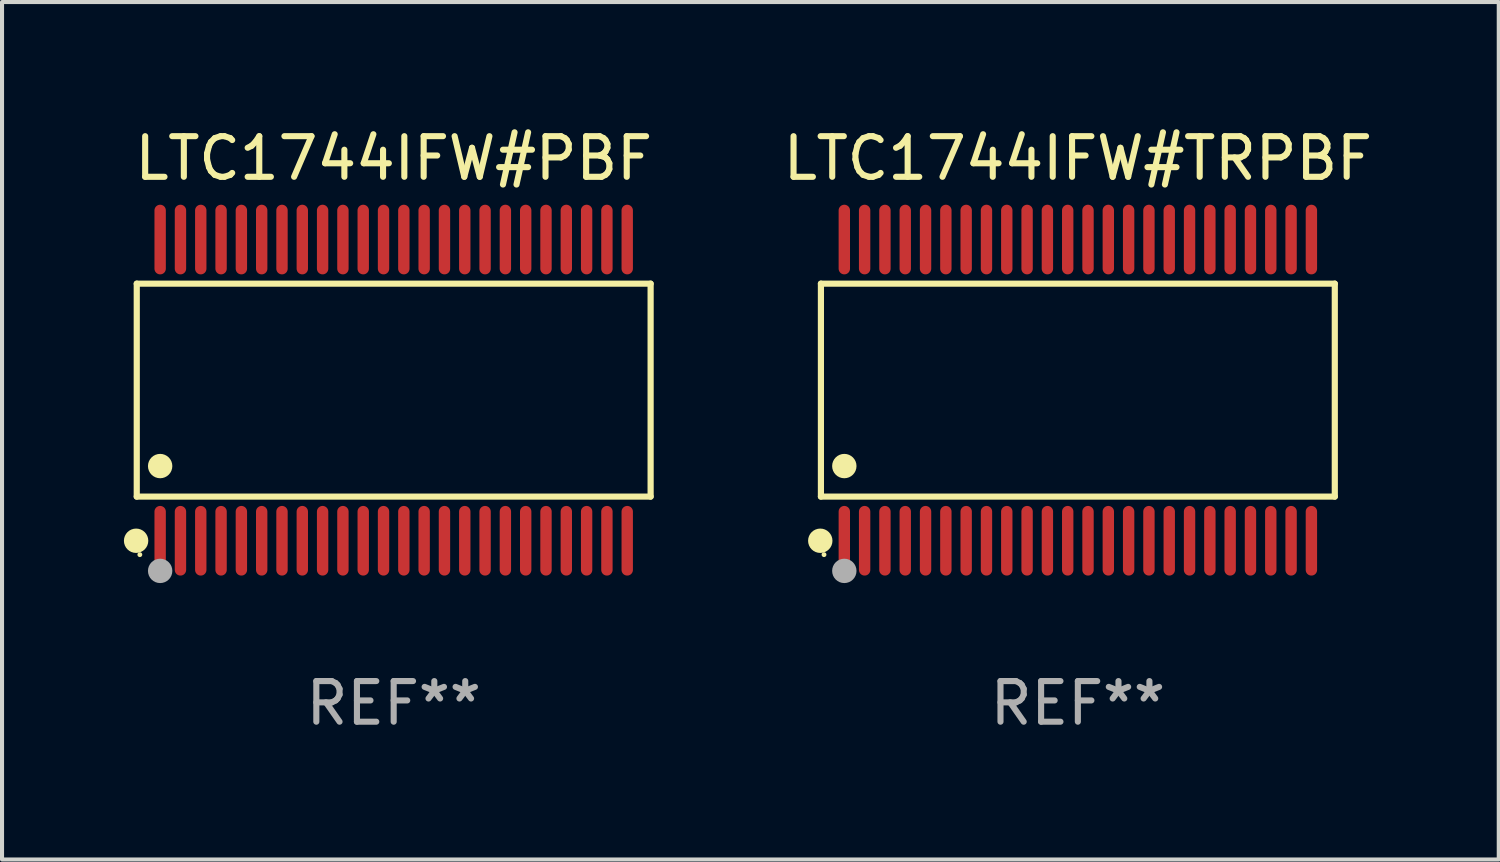
<source format=kicad_pcb>
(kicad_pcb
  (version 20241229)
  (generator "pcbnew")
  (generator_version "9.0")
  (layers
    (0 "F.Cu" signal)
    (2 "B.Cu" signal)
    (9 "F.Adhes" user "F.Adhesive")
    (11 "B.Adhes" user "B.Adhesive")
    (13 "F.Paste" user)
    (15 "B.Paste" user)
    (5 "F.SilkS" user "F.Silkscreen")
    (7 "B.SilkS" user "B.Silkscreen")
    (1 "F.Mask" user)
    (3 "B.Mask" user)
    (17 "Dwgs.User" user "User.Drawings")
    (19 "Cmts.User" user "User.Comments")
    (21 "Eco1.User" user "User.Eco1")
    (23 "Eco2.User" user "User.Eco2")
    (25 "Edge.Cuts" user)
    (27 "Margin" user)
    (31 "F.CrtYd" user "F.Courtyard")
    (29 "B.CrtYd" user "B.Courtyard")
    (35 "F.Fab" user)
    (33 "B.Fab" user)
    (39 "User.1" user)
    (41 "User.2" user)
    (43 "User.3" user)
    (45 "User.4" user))
  (footprint "LTC1744IFW#TRPBF"
    (layer "F.Cu")
    (at 23.488 6.556)
    (property "Reference" "LTC1744IFW#TRPBF" (at 0 -5.708 0) (layer "F.SilkS") (effects (font (size 1 1) (thickness 0.15))))
    (attr through_hole)
    (fp_line (start -6.326 -2.622) (end 6.326 -2.622) (stroke (width 0.152) (type solid)) (layer "F.SilkS"))
    (fp_line (start -6.326 2.621) (end -6.326 -2.622) (stroke (width 0.152) (type solid)) (layer "F.SilkS"))
    (fp_line (start 6.326 -2.622) (end 6.326 2.621) (stroke (width 0.152) (type solid)) (layer "F.SilkS"))
    (fp_line (start 6.326 2.621) (end -6.326 2.621) (stroke (width 0.152) (type solid)) (layer "F.SilkS"))
    (fp_circle (center -6.342 3.708) (end -6.192 3.708) (stroke (width 0.3) (type solid)) (fill no) (layer "F.SilkS"))
    (fp_circle (center -6.25 4.05) (end -6.22 4.05) (stroke (width 0.06) (type solid)) (fill no) (layer "F.SilkS"))
    (fp_circle (center -5.75 1.869) (end -5.6 1.869) (stroke (width 0.3) (type solid)) (fill no) (layer "F.SilkS"))
    (fp_circle (center -5.75 4.45) (end -5.6 4.45) (stroke (width 0.3) (type solid)) (fill no) (layer "F.Fab"))
    (fp_text user "REF**" (at 0 7.708 0) (layer "F.Fab") (effects (font (size 1 1) (thickness 0.15))))
    (pad "1" smd oval (at -5.75 3.708) (size 0.28 1.715) (layers "F.Cu" "F.Mask" "F.Paste"))
    (pad "2" smd oval (at -5.25 3.708) (size 0.28 1.715) (layers "F.Cu" "F.Mask" "F.Paste"))
    (pad "3" smd oval (at -4.75 3.708) (size 0.28 1.715) (layers "F.Cu" "F.Mask" "F.Paste"))
    (pad "4" smd oval (at -4.25 3.708) (size 0.28 1.715) (layers "F.Cu" "F.Mask" "F.Paste"))
    (pad "5" smd oval (at -3.75 3.708) (size 0.28 1.715) (layers "F.Cu" "F.Mask" "F.Paste"))
    (pad "6" smd oval (at -3.25 3.708) (size 0.28 1.715) (layers "F.Cu" "F.Mask" "F.Paste"))
    (pad "7" smd oval (at -2.75 3.708) (size 0.28 1.715) (layers "F.Cu" "F.Mask" "F.Paste"))
    (pad "8" smd oval (at -2.25 3.708) (size 0.28 1.715) (layers "F.Cu" "F.Mask" "F.Paste"))
    (pad "9" smd oval (at -1.75 3.708) (size 0.28 1.715) (layers "F.Cu" "F.Mask" "F.Paste"))
    (pad "10" smd oval (at -1.25 3.708) (size 0.28 1.715) (layers "F.Cu" "F.Mask" "F.Paste"))
    (pad "11" smd oval (at -0.75 3.708) (size 0.28 1.715) (layers "F.Cu" "F.Mask" "F.Paste"))
    (pad "12" smd oval (at -0.25 3.708) (size 0.28 1.715) (layers "F.Cu" "F.Mask" "F.Paste"))
    (pad "13" smd oval (at 0.25 3.708) (size 0.28 1.715) (layers "F.Cu" "F.Mask" "F.Paste"))
    (pad "14" smd oval (at 0.75 3.708) (size 0.28 1.715) (layers "F.Cu" "F.Mask" "F.Paste"))
    (pad "15" smd oval (at 1.25 3.708) (size 0.28 1.715) (layers "F.Cu" "F.Mask" "F.Paste"))
    (pad "16" smd oval (at 1.75 3.708) (size 0.28 1.715) (layers "F.Cu" "F.Mask" "F.Paste"))
    (pad "17" smd oval (at 2.25 3.708) (size 0.28 1.715) (layers "F.Cu" "F.Mask" "F.Paste"))
    (pad "18" smd oval (at 2.75 3.708) (size 0.28 1.715) (layers "F.Cu" "F.Mask" "F.Paste"))
    (pad "19" smd oval (at 3.25 3.708) (size 0.28 1.715) (layers "F.Cu" "F.Mask" "F.Paste"))
    (pad "20" smd oval (at 3.75 3.708) (size 0.28 1.715) (layers "F.Cu" "F.Mask" "F.Paste"))
    (pad "21" smd oval (at 4.25 3.708) (size 0.28 1.715) (layers "F.Cu" "F.Mask" "F.Paste"))
    (pad "22" smd oval (at 4.75 3.708) (size 0.28 1.715) (layers "F.Cu" "F.Mask" "F.Paste"))
    (pad "23" smd oval (at 5.25 3.708) (size 0.28 1.715) (layers "F.Cu" "F.Mask" "F.Paste"))
    (pad "24" smd oval (at 5.75 3.708) (size 0.28 1.715) (layers "F.Cu" "F.Mask" "F.Paste"))
    (pad "25" smd oval (at 5.75 -3.708) (size 0.28 1.715) (layers "F.Cu" "F.Mask" "F.Paste"))
    (pad "26" smd oval (at 5.25 -3.708) (size 0.28 1.715) (layers "F.Cu" "F.Mask" "F.Paste"))
    (pad "27" smd oval (at 4.75 -3.708) (size 0.28 1.715) (layers "F.Cu" "F.Mask" "F.Paste"))
    (pad "28" smd oval (at 4.25 -3.708) (size 0.28 1.715) (layers "F.Cu" "F.Mask" "F.Paste"))
    (pad "29" smd oval (at 3.75 -3.708) (size 0.28 1.715) (layers "F.Cu" "F.Mask" "F.Paste"))
    (pad "30" smd oval (at 3.25 -3.708) (size 0.28 1.715) (layers "F.Cu" "F.Mask" "F.Paste"))
    (pad "31" smd oval (at 2.75 -3.708) (size 0.28 1.715) (layers "F.Cu" "F.Mask" "F.Paste"))
    (pad "32" smd oval (at 2.25 -3.708) (size 0.28 1.715) (layers "F.Cu" "F.Mask" "F.Paste"))
    (pad "33" smd oval (at 1.75 -3.708) (size 0.28 1.715) (layers "F.Cu" "F.Mask" "F.Paste"))
    (pad "34" smd oval (at 1.25 -3.708) (size 0.28 1.715) (layers "F.Cu" "F.Mask" "F.Paste"))
    (pad "35" smd oval (at 0.75 -3.708) (size 0.28 1.715) (layers "F.Cu" "F.Mask" "F.Paste"))
    (pad "36" smd oval (at 0.25 -3.708) (size 0.28 1.715) (layers "F.Cu" "F.Mask" "F.Paste"))
    (pad "37" smd oval (at -0.25 -3.708) (size 0.28 1.715) (layers "F.Cu" "F.Mask" "F.Paste"))
    (pad "38" smd oval (at -0.75 -3.708) (size 0.28 1.715) (layers "F.Cu" "F.Mask" "F.Paste"))
    (pad "39" smd oval (at -1.25 -3.708) (size 0.28 1.715) (layers "F.Cu" "F.Mask" "F.Paste"))
    (pad "40" smd oval (at -1.75 -3.708) (size 0.28 1.715) (layers "F.Cu" "F.Mask" "F.Paste"))
    (pad "41" smd oval (at -2.25 -3.708) (size 0.28 1.715) (layers "F.Cu" "F.Mask" "F.Paste"))
    (pad "42" smd oval (at -2.75 -3.708) (size 0.28 1.715) (layers "F.Cu" "F.Mask" "F.Paste"))
    (pad "43" smd oval (at -3.25 -3.708) (size 0.28 1.715) (layers "F.Cu" "F.Mask" "F.Paste"))
    (pad "44" smd oval (at -3.75 -3.708) (size 0.28 1.715) (layers "F.Cu" "F.Mask" "F.Paste"))
    (pad "45" smd oval (at -4.25 -3.708) (size 0.28 1.715) (layers "F.Cu" "F.Mask" "F.Paste"))
    (pad "46" smd oval (at -4.75 -3.708) (size 0.28 1.715) (layers "F.Cu" "F.Mask" "F.Paste"))
    (pad "47" smd oval (at -5.25 -3.708) (size 0.28 1.715) (layers "F.Cu" "F.Mask" "F.Paste"))
    (pad "48" smd oval (at -5.75 -3.708) (size 0.28 1.715) (layers "F.Cu" "F.Mask" "F.Paste")))
  (footprint "LTC1744IFW#PBF"
    (layer "F.Cu")
    (at 6.643 6.556)
    (property "Reference" "LTC1744IFW#PBF" (at 0 -5.708 0) (layer "F.SilkS") (effects (font (size 1 1) (thickness 0.15))))
    (attr through_hole)
    (fp_line (start -6.326 -2.622) (end 6.326 -2.622) (stroke (width 0.152) (type solid)) (layer "F.SilkS"))
    (fp_line (start -6.326 2.621) (end -6.326 -2.622) (stroke (width 0.152) (type solid)) (layer "F.SilkS"))
    (fp_line (start 6.326 -2.622) (end 6.326 2.621) (stroke (width 0.152) (type solid)) (layer "F.SilkS"))
    (fp_line (start 6.326 2.621) (end -6.326 2.621) (stroke (width 0.152) (type solid)) (layer "F.SilkS"))
    (fp_circle (center -6.342 3.708) (end -6.192 3.708) (stroke (width 0.3) (type solid)) (fill no) (layer "F.SilkS"))
    (fp_circle (center -6.25 4.05) (end -6.22 4.05) (stroke (width 0.06) (type solid)) (fill no) (layer "F.SilkS"))
    (fp_circle (center -5.75 1.869) (end -5.6 1.869) (stroke (width 0.3) (type solid)) (fill no) (layer "F.SilkS"))
    (fp_circle (center -5.75 4.45) (end -5.6 4.45) (stroke (width 0.3) (type solid)) (fill no) (layer "F.Fab"))
    (fp_text user "REF**" (at 0 7.708 0) (layer "F.Fab") (effects (font (size 1 1) (thickness 0.15))))
    (pad "1" smd oval (at -5.75 3.708) (size 0.28 1.715) (layers "F.Cu" "F.Mask" "F.Paste"))
    (pad "2" smd oval (at -5.25 3.708) (size 0.28 1.715) (layers "F.Cu" "F.Mask" "F.Paste"))
    (pad "3" smd oval (at -4.75 3.708) (size 0.28 1.715) (layers "F.Cu" "F.Mask" "F.Paste"))
    (pad "4" smd oval (at -4.25 3.708) (size 0.28 1.715) (layers "F.Cu" "F.Mask" "F.Paste"))
    (pad "5" smd oval (at -3.75 3.708) (size 0.28 1.715) (layers "F.Cu" "F.Mask" "F.Paste"))
    (pad "6" smd oval (at -3.25 3.708) (size 0.28 1.715) (layers "F.Cu" "F.Mask" "F.Paste"))
    (pad "7" smd oval (at -2.75 3.708) (size 0.28 1.715) (layers "F.Cu" "F.Mask" "F.Paste"))
    (pad "8" smd oval (at -2.25 3.708) (size 0.28 1.715) (layers "F.Cu" "F.Mask" "F.Paste"))
    (pad "9" smd oval (at -1.75 3.708) (size 0.28 1.715) (layers "F.Cu" "F.Mask" "F.Paste"))
    (pad "10" smd oval (at -1.25 3.708) (size 0.28 1.715) (layers "F.Cu" "F.Mask" "F.Paste"))
    (pad "11" smd oval (at -0.75 3.708) (size 0.28 1.715) (layers "F.Cu" "F.Mask" "F.Paste"))
    (pad "12" smd oval (at -0.25 3.708) (size 0.28 1.715) (layers "F.Cu" "F.Mask" "F.Paste"))
    (pad "13" smd oval (at 0.25 3.708) (size 0.28 1.715) (layers "F.Cu" "F.Mask" "F.Paste"))
    (pad "14" smd oval (at 0.75 3.708) (size 0.28 1.715) (layers "F.Cu" "F.Mask" "F.Paste"))
    (pad "15" smd oval (at 1.25 3.708) (size 0.28 1.715) (layers "F.Cu" "F.Mask" "F.Paste"))
    (pad "16" smd oval (at 1.75 3.708) (size 0.28 1.715) (layers "F.Cu" "F.Mask" "F.Paste"))
    (pad "17" smd oval (at 2.25 3.708) (size 0.28 1.715) (layers "F.Cu" "F.Mask" "F.Paste"))
    (pad "18" smd oval (at 2.75 3.708) (size 0.28 1.715) (layers "F.Cu" "F.Mask" "F.Paste"))
    (pad "19" smd oval (at 3.25 3.708) (size 0.28 1.715) (layers "F.Cu" "F.Mask" "F.Paste"))
    (pad "20" smd oval (at 3.75 3.708) (size 0.28 1.715) (layers "F.Cu" "F.Mask" "F.Paste"))
    (pad "21" smd oval (at 4.25 3.708) (size 0.28 1.715) (layers "F.Cu" "F.Mask" "F.Paste"))
    (pad "22" smd oval (at 4.75 3.708) (size 0.28 1.715) (layers "F.Cu" "F.Mask" "F.Paste"))
    (pad "23" smd oval (at 5.25 3.708) (size 0.28 1.715) (layers "F.Cu" "F.Mask" "F.Paste"))
    (pad "24" smd oval (at 5.75 3.708) (size 0.28 1.715) (layers "F.Cu" "F.Mask" "F.Paste"))
    (pad "25" smd oval (at 5.75 -3.708) (size 0.28 1.715) (layers "F.Cu" "F.Mask" "F.Paste"))
    (pad "26" smd oval (at 5.25 -3.708) (size 0.28 1.715) (layers "F.Cu" "F.Mask" "F.Paste"))
    (pad "27" smd oval (at 4.75 -3.708) (size 0.28 1.715) (layers "F.Cu" "F.Mask" "F.Paste"))
    (pad "28" smd oval (at 4.25 -3.708) (size 0.28 1.715) (layers "F.Cu" "F.Mask" "F.Paste"))
    (pad "29" smd oval (at 3.75 -3.708) (size 0.28 1.715) (layers "F.Cu" "F.Mask" "F.Paste"))
    (pad "30" smd oval (at 3.25 -3.708) (size 0.28 1.715) (layers "F.Cu" "F.Mask" "F.Paste"))
    (pad "31" smd oval (at 2.75 -3.708) (size 0.28 1.715) (layers "F.Cu" "F.Mask" "F.Paste"))
    (pad "32" smd oval (at 2.25 -3.708) (size 0.28 1.715) (layers "F.Cu" "F.Mask" "F.Paste"))
    (pad "33" smd oval (at 1.75 -3.708) (size 0.28 1.715) (layers "F.Cu" "F.Mask" "F.Paste"))
    (pad "34" smd oval (at 1.25 -3.708) (size 0.28 1.715) (layers "F.Cu" "F.Mask" "F.Paste"))
    (pad "35" smd oval (at 0.75 -3.708) (size 0.28 1.715) (layers "F.Cu" "F.Mask" "F.Paste"))
    (pad "36" smd oval (at 0.25 -3.708) (size 0.28 1.715) (layers "F.Cu" "F.Mask" "F.Paste"))
    (pad "37" smd oval (at -0.25 -3.708) (size 0.28 1.715) (layers "F.Cu" "F.Mask" "F.Paste"))
    (pad "38" smd oval (at -0.75 -3.708) (size 0.28 1.715) (layers "F.Cu" "F.Mask" "F.Paste"))
    (pad "39" smd oval (at -1.25 -3.708) (size 0.28 1.715) (layers "F.Cu" "F.Mask" "F.Paste"))
    (pad "40" smd oval (at -1.75 -3.708) (size 0.28 1.715) (layers "F.Cu" "F.Mask" "F.Paste"))
    (pad "41" smd oval (at -2.25 -3.708) (size 0.28 1.715) (layers "F.Cu" "F.Mask" "F.Paste"))
    (pad "42" smd oval (at -2.75 -3.708) (size 0.28 1.715) (layers "F.Cu" "F.Mask" "F.Paste"))
    (pad "43" smd oval (at -3.25 -3.708) (size 0.28 1.715) (layers "F.Cu" "F.Mask" "F.Paste"))
    (pad "44" smd oval (at -3.75 -3.708) (size 0.28 1.715) (layers "F.Cu" "F.Mask" "F.Paste"))
    (pad "45" smd oval (at -4.25 -3.708) (size 0.28 1.715) (layers "F.Cu" "F.Mask" "F.Paste"))
    (pad "46" smd oval (at -4.75 -3.708) (size 0.28 1.715) (layers "F.Cu" "F.Mask" "F.Paste"))
    (pad "47" smd oval (at -5.25 -3.708) (size 0.28 1.715) (layers "F.Cu" "F.Mask" "F.Paste"))
    (pad "48" smd oval (at -5.75 -3.708) (size 0.28 1.715) (layers "F.Cu" "F.Mask" "F.Paste")))
  (gr_rect
    (start -3 -3)
    (end 33.851 18.112)
    (stroke (width 0.1) (type default))
    (fill no)
    (layer "Edge.Cuts")))
</source>
